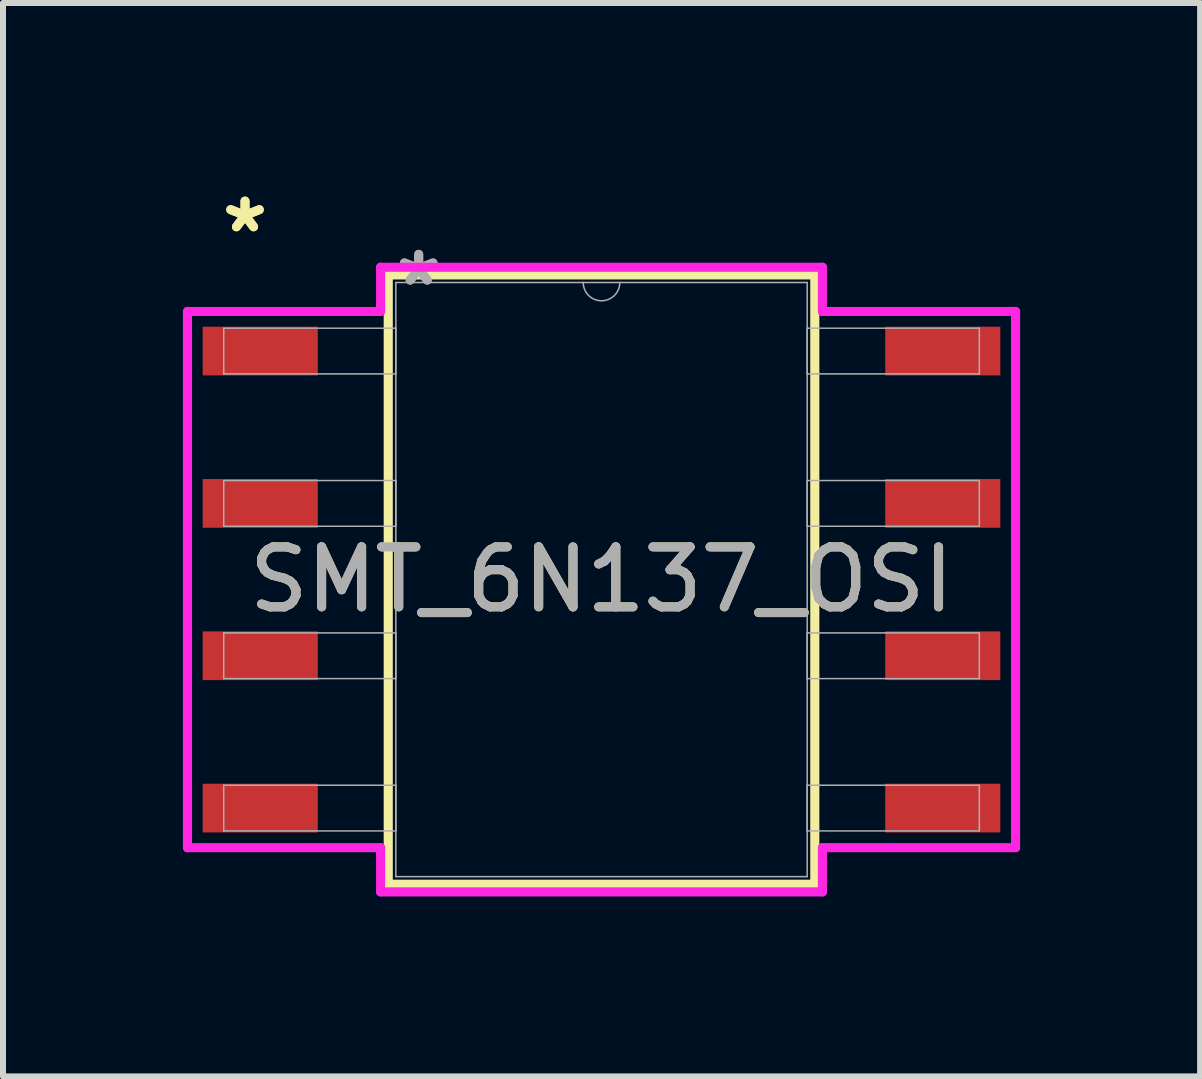
<source format=kicad_pcb>
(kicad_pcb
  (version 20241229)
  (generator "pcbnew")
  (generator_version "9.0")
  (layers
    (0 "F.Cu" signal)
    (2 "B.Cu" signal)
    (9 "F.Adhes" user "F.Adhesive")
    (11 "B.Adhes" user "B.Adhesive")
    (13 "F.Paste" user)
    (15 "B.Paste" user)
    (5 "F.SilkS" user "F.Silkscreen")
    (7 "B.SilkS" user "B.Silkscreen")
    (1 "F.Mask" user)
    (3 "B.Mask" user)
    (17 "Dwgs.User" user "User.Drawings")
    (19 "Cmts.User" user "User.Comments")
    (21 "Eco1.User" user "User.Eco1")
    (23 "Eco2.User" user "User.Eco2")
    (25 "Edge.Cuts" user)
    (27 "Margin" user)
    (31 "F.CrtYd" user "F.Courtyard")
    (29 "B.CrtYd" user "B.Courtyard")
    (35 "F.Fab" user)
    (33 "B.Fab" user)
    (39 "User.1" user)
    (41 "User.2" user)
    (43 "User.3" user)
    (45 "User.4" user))
  (footprint "SMT_6N137_OSI"
    (layer "F.Cu")
    (at 6.979 6.613)
    (property "Reference" "SMT_6N137_OSI" (at 0 0 0) (unlocked yes) (layer "F.SilkS") (effects (font (size 1 1) (thickness 0.15))))
    (attr smd)
    (fp_line (start -3.556 -5.08) (end -3.556 5.08) (stroke (width 0.152) (type solid)) (layer "F.SilkS"))
    (fp_line (start -3.556 5.08) (end 3.556 5.08) (stroke (width 0.152) (type solid)) (layer "F.SilkS"))
    (fp_line (start 3.556 -5.08) (end -3.556 -5.08) (stroke (width 0.152) (type solid)) (layer "F.SilkS"))
    (fp_line (start 3.556 5.08) (end 3.556 -5.08) (stroke (width 0.152) (type solid)) (layer "F.SilkS"))
    (fp_line (start -6.903 -4.47) (end -3.683 -4.47) (stroke (width 0.152) (type solid)) (layer "F.CrtYd"))
    (fp_line (start -6.903 4.47) (end -6.903 -4.47) (stroke (width 0.152) (type solid)) (layer "F.CrtYd"))
    (fp_line (start -6.903 4.47) (end -3.683 4.47) (stroke (width 0.152) (type solid)) (layer "F.CrtYd"))
    (fp_line (start -3.683 -5.207) (end 3.683 -5.207) (stroke (width 0.152) (type solid)) (layer "F.CrtYd"))
    (fp_line (start -3.683 -4.47) (end -3.683 -5.207) (stroke (width 0.152) (type solid)) (layer "F.CrtYd"))
    (fp_line (start -3.683 5.207) (end -3.683 4.47) (stroke (width 0.152) (type solid)) (layer "F.CrtYd"))
    (fp_line (start 3.683 -5.207) (end 3.683 -4.47) (stroke (width 0.152) (type solid)) (layer "F.CrtYd"))
    (fp_line (start 3.683 4.47) (end 3.683 5.207) (stroke (width 0.152) (type solid)) (layer "F.CrtYd"))
    (fp_line (start 3.683 5.207) (end -3.683 5.207) (stroke (width 0.152) (type solid)) (layer "F.CrtYd"))
    (fp_line (start 6.903 -4.47) (end 3.683 -4.47) (stroke (width 0.152) (type solid)) (layer "F.CrtYd"))
    (fp_line (start 6.903 -4.47) (end 6.903 4.47) (stroke (width 0.152) (type solid)) (layer "F.CrtYd"))
    (fp_line (start 6.903 4.47) (end 3.683 4.47) (stroke (width 0.152) (type solid)) (layer "F.CrtYd"))
    (fp_line (start -6.299 -4.191) (end -6.299 -3.429) (stroke (width 0.025) (type solid)) (layer "F.Fab"))
    (fp_line (start -6.299 -3.429) (end -3.429 -3.429) (stroke (width 0.025) (type solid)) (layer "F.Fab"))
    (fp_line (start -6.299 -1.651) (end -6.299 -0.889) (stroke (width 0.025) (type solid)) (layer "F.Fab"))
    (fp_line (start -6.299 -0.889) (end -3.429 -0.889) (stroke (width 0.025) (type solid)) (layer "F.Fab"))
    (fp_line (start -6.299 0.889) (end -6.299 1.651) (stroke (width 0.025) (type solid)) (layer "F.Fab"))
    (fp_line (start -6.299 1.651) (end -3.429 1.651) (stroke (width 0.025) (type solid)) (layer "F.Fab"))
    (fp_line (start -6.299 3.429) (end -6.299 4.191) (stroke (width 0.025) (type solid)) (layer "F.Fab"))
    (fp_line (start -6.299 4.191) (end -3.429 4.191) (stroke (width 0.025) (type solid)) (layer "F.Fab"))
    (fp_line (start -3.429 -4.953) (end -3.429 4.953) (stroke (width 0.025) (type solid)) (layer "F.Fab"))
    (fp_line (start -3.429 -4.191) (end -6.299 -4.191) (stroke (width 0.025) (type solid)) (layer "F.Fab"))
    (fp_line (start -3.429 -3.429) (end -3.429 -4.191) (stroke (width 0.025) (type solid)) (layer "F.Fab"))
    (fp_line (start -3.429 -1.651) (end -6.299 -1.651) (stroke (width 0.025) (type solid)) (layer "F.Fab"))
    (fp_line (start -3.429 -0.889) (end -3.429 -1.651) (stroke (width 0.025) (type solid)) (layer "F.Fab"))
    (fp_line (start -3.429 0.889) (end -6.299 0.889) (stroke (width 0.025) (type solid)) (layer "F.Fab"))
    (fp_line (start -3.429 1.651) (end -3.429 0.889) (stroke (width 0.025) (type solid)) (layer "F.Fab"))
    (fp_line (start -3.429 3.429) (end -6.299 3.429) (stroke (width 0.025) (type solid)) (layer "F.Fab"))
    (fp_line (start -3.429 4.191) (end -3.429 3.429) (stroke (width 0.025) (type solid)) (layer "F.Fab"))
    (fp_line (start -3.429 4.953) (end 3.429 4.953) (stroke (width 0.025) (type solid)) (layer "F.Fab"))
    (fp_line (start 3.429 -4.953) (end -3.429 -4.953) (stroke (width 0.025) (type solid)) (layer "F.Fab"))
    (fp_line (start 3.429 -4.191) (end 3.429 -3.429) (stroke (width 0.025) (type solid)) (layer "F.Fab"))
    (fp_line (start 3.429 -3.429) (end 6.299 -3.429) (stroke (width 0.025) (type solid)) (layer "F.Fab"))
    (fp_line (start 3.429 -1.651) (end 3.429 -0.889) (stroke (width 0.025) (type solid)) (layer "F.Fab"))
    (fp_line (start 3.429 -0.889) (end 6.299 -0.889) (stroke (width 0.025) (type solid)) (layer "F.Fab"))
    (fp_line (start 3.429 0.889) (end 3.429 1.651) (stroke (width 0.025) (type solid)) (layer "F.Fab"))
    (fp_line (start 3.429 1.651) (end 6.299 1.651) (stroke (width 0.025) (type solid)) (layer "F.Fab"))
    (fp_line (start 3.429 3.429) (end 3.429 4.191) (stroke (width 0.025) (type solid)) (layer "F.Fab"))
    (fp_line (start 3.429 4.191) (end 6.299 4.191) (stroke (width 0.025) (type solid)) (layer "F.Fab"))
    (fp_line (start 3.429 4.953) (end 3.429 -4.953) (stroke (width 0.025) (type solid)) (layer "F.Fab"))
    (fp_line (start 6.299 -4.191) (end 3.429 -4.191) (stroke (width 0.025) (type solid)) (layer "F.Fab"))
    (fp_line (start 6.299 -3.429) (end 6.299 -4.191) (stroke (width 0.025) (type solid)) (layer "F.Fab"))
    (fp_line (start 6.299 -1.651) (end 3.429 -1.651) (stroke (width 0.025) (type solid)) (layer "F.Fab"))
    (fp_line (start 6.299 -0.889) (end 6.299 -1.651) (stroke (width 0.025) (type solid)) (layer "F.Fab"))
    (fp_line (start 6.299 0.889) (end 3.429 0.889) (stroke (width 0.025) (type solid)) (layer "F.Fab"))
    (fp_line (start 6.299 1.651) (end 6.299 0.889) (stroke (width 0.025) (type solid)) (layer "F.Fab"))
    (fp_line (start 6.299 3.429) (end 3.429 3.429) (stroke (width 0.025) (type solid)) (layer "F.Fab"))
    (fp_line (start 6.299 4.191) (end 6.299 3.429) (stroke (width 0.025) (type solid)) (layer "F.Fab"))
    (fp_arc (start 0.3048 -4.953) (mid 0 -4.6482) (end -0.3048 -4.953) (stroke (width 0.0254) (type solid)) (layer "F.Fab"))
    (fp_text user "*" (at -5.944 -5.765 0) (layer "F.SilkS") (effects (font (size 1 1) (thickness 0.15))))
    (fp_text user "*" (at -5.944 -5.765 0) (unlocked yes) (layer "F.SilkS") (effects (font (size 1 1) (thickness 0.15))))
    (fp_text user "${REFERENCE}" (at 0 0 0) (unlocked yes) (layer "F.Fab") (effects (font (size 1 1) (thickness 0.15))))
    (fp_text user "*" (at -3.048 -4.877 0) (unlocked yes) (layer "F.Fab") (effects (font (size 1 1) (thickness 0.15))))
    (fp_text user "*" (at -3.048 -4.877 0) (layer "F.Fab") (effects (font (size 1 1) (thickness 0.15))))
    (pad "1" smd rect (at -5.69 -3.81) (size 1.919 0.812) (layers "F.Cu" "F.Mask" "F.Paste"))
    (pad "2" smd rect (at -5.69 -1.27) (size 1.919 0.812) (layers "F.Cu" "F.Mask" "F.Paste"))
    (pad "3" smd rect (at -5.69 1.27) (size 1.919 0.812) (layers "F.Cu" "F.Mask" "F.Paste"))
    (pad "4" smd rect (at -5.69 3.81) (size 1.919 0.812) (layers "F.Cu" "F.Mask" "F.Paste"))
    (pad "5" smd rect (at 5.69 3.81) (size 1.919 0.812) (layers "F.Cu" "F.Mask" "F.Paste"))
    (pad "6" smd rect (at 5.69 1.27) (size 1.919 0.812) (layers "F.Cu" "F.Mask" "F.Paste"))
    (pad "7" smd rect (at 5.69 -1.27) (size 1.919 0.812) (layers "F.Cu" "F.Mask" "F.Paste"))
    (pad "8" smd rect (at 5.69 -3.81) (size 1.919 0.812) (layers "F.Cu" "F.Mask" "F.Paste")))
  (gr_rect
    (start -3 -3)
    (end 16.959 14.896)
    (stroke (width 0.1) (type default))
    (fill no)
    (layer "Edge.Cuts")))
</source>
